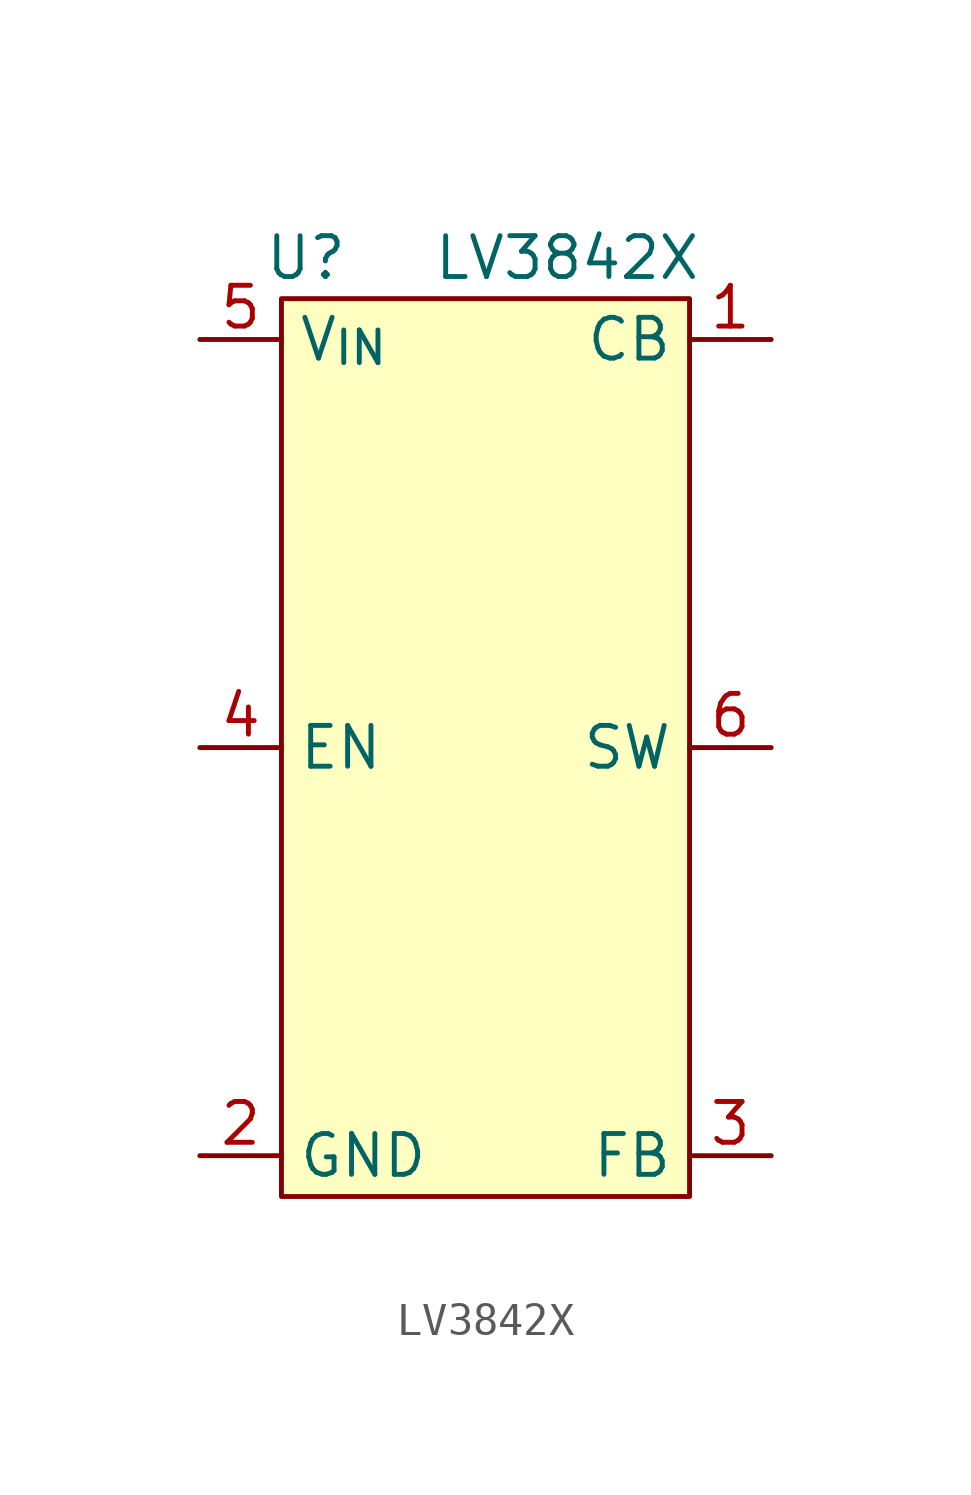
<source format=kicad_sym>
(kicad_symbol_lib
  (version 20241209)
  (generator "kicad_symbol_editor")
  (generator_version "9.0")
  (symbol "LV3842X"
    (property "Reference" "U"
      (at -5.588 15.24 0)
      (effects (font (size 1.27 1.27))))
    (property "Value" "LV3842X"
      (at 2.54 15.24 0)
      (effects (font (size 1.27 1.27))))
    (symbol "LV3842X_0_1"
      (rectangle (start -6.35 13.97) (end 6.35 -13.97) (stroke (width 0) (type default)) (fill (type background))))
    (symbol "LV3842X_1_1"
      (pin power_in line (at -8.89 12.7 0) (length 2.54) (name "V_{IN}" (effects (font (size 1.27 1.27)))) (number "5" (effects (font (size 1.27 1.27)))))
      (pin input line (at -8.89 0 0) (length 2.54) (name "EN" (effects (font (size 1.27 1.27)))) (number "4" (effects (font (size 1.27 1.27)))))
      (pin power_in line (at -8.89 -12.7 0) (length 2.54) (name "GND" (effects (font (size 1.27 1.27)))) (number "2" (effects (font (size 1.27 1.27)))))
      (pin input line (at 8.89 12.7 180) (length 2.54) (name "CB" (effects (font (size 1.27 1.27)))) (number "1" (effects (font (size 1.27 1.27)))))
      (pin power_out line (at 8.89 0 180) (length 2.54) (name "SW" (effects (font (size 1.27 1.27)))) (number "6" (effects (font (size 1.27 1.27)))))
      (pin input line (at 8.89 -12.7 180) (length 2.54) (name "FB" (effects (font (size 1.27 1.27)))) (number "3" (effects (font (size 1.27 1.27))))))))
</source>
